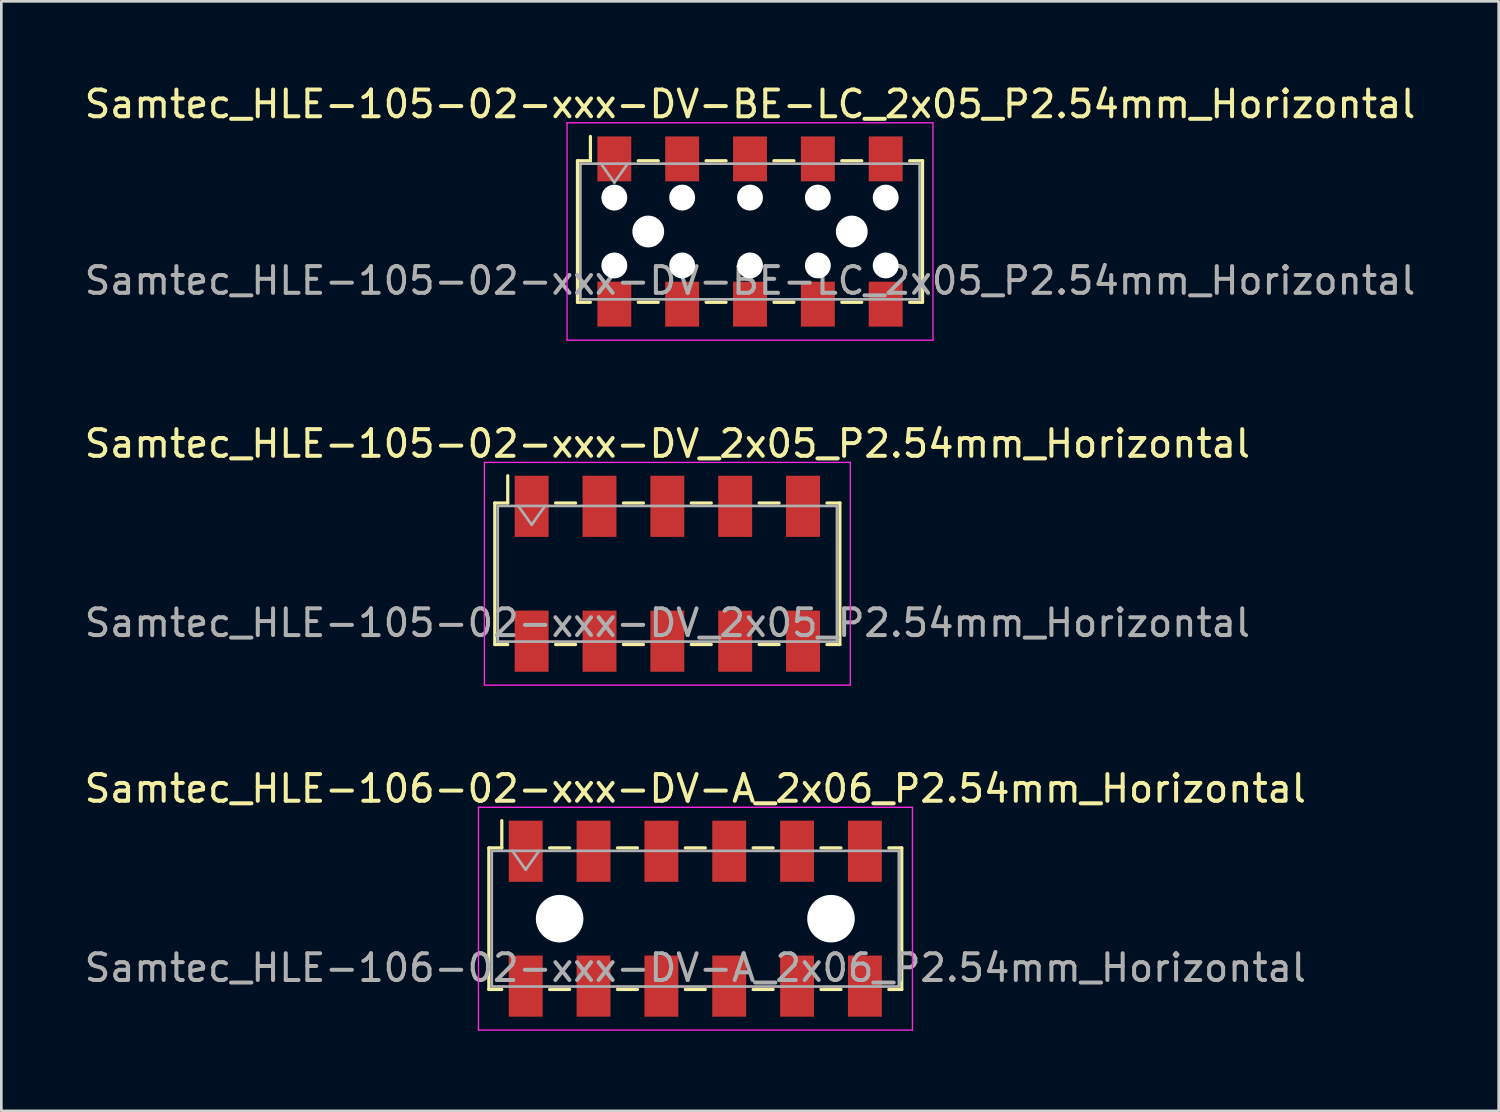
<source format=kicad_pcb>
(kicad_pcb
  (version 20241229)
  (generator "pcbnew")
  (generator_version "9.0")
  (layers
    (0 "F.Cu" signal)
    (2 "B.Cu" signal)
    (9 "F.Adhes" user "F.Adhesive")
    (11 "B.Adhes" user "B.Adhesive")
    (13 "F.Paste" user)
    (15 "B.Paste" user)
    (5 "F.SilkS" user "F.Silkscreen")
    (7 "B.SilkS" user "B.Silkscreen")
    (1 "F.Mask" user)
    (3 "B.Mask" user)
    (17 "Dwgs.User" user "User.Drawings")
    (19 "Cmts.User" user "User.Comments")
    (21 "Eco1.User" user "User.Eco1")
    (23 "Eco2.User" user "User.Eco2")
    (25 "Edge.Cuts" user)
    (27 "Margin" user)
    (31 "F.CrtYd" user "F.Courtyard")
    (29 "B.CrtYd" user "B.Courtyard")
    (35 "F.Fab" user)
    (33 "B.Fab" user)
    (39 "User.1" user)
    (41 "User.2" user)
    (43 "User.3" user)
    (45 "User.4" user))
  (footprint "Samtec_HLE-106-02-xxx-DV-A_2x06_P2.54mm_Horizontal"
    (layer "F.Cu")
    (at 22.982 31.345)
    (property "Reference" "Samtec_HLE-106-02-xxx-DV-A_2x06_P2.54mm_Horizontal" (at 0 -4.87 0) (layer "F.SilkS") (effects (font (size 1 1) (thickness 0.15))))
    (attr smd)
    (fp_line (start -7.73 -2.65) (end -7.73 2.65) (stroke (width 0.12) (type solid)) (layer "F.SilkS"))
    (fp_line (start -7.73 2.65) (end -7.245 2.65) (stroke (width 0.12) (type solid)) (layer "F.SilkS"))
    (fp_line (start -7.245 -3.67) (end -7.245 -2.65) (stroke (width 0.12) (type solid)) (layer "F.SilkS"))
    (fp_line (start -7.245 -2.65) (end -7.73 -2.65) (stroke (width 0.12) (type solid)) (layer "F.SilkS"))
    (fp_line (start -5.455 -2.65) (end -4.705 -2.65) (stroke (width 0.12) (type solid)) (layer "F.SilkS"))
    (fp_line (start -5.455 2.65) (end -4.705 2.65) (stroke (width 0.12) (type solid)) (layer "F.SilkS"))
    (fp_line (start -2.915 -2.65) (end -2.165 -2.65) (stroke (width 0.12) (type solid)) (layer "F.SilkS"))
    (fp_line (start -2.915 2.65) (end -2.165 2.65) (stroke (width 0.12) (type solid)) (layer "F.SilkS"))
    (fp_line (start -0.375 -2.65) (end 0.375 -2.65) (stroke (width 0.12) (type solid)) (layer "F.SilkS"))
    (fp_line (start -0.375 2.65) (end 0.375 2.65) (stroke (width 0.12) (type solid)) (layer "F.SilkS"))
    (fp_line (start 2.165 -2.65) (end 2.915 -2.65) (stroke (width 0.12) (type solid)) (layer "F.SilkS"))
    (fp_line (start 2.165 2.65) (end 2.915 2.65) (stroke (width 0.12) (type solid)) (layer "F.SilkS"))
    (fp_line (start 4.705 -2.65) (end 5.455 -2.65) (stroke (width 0.12) (type solid)) (layer "F.SilkS"))
    (fp_line (start 4.705 2.65) (end 5.455 2.65) (stroke (width 0.12) (type solid)) (layer "F.SilkS"))
    (fp_line (start 7.245 -2.65) (end 7.73 -2.65) (stroke (width 0.12) (type solid)) (layer "F.SilkS"))
    (fp_line (start 7.73 -2.65) (end 7.73 2.65) (stroke (width 0.12) (type solid)) (layer "F.SilkS"))
    (fp_line (start 7.73 2.65) (end 7.245 2.65) (stroke (width 0.12) (type solid)) (layer "F.SilkS"))
    (fp_line (start -8.12 -4.17) (end 8.13 -4.17) (stroke (width 0.05) (type solid)) (layer "F.CrtYd"))
    (fp_line (start -8.12 4.17) (end -8.12 -4.17) (stroke (width 0.05) (type solid)) (layer "F.CrtYd"))
    (fp_line (start 8.13 -4.17) (end 8.13 4.17) (stroke (width 0.05) (type solid)) (layer "F.CrtYd"))
    (fp_line (start 8.13 4.17) (end -8.12 4.17) (stroke (width 0.05) (type solid)) (layer "F.CrtYd"))
    (fp_line (start -7.62 -2.54) (end 7.62 -2.54) (stroke (width 0.1) (type solid)) (layer "F.Fab"))
    (fp_line (start -7.62 2.54) (end -7.62 -2.54) (stroke (width 0.1) (type solid)) (layer "F.Fab"))
    (fp_line (start -6.85 -2.54) (end -6.35 -1.833) (stroke (width 0.1) (type solid)) (layer "F.Fab"))
    (fp_line (start -6.35 -1.833) (end -5.85 -2.54) (stroke (width 0.1) (type solid)) (layer "F.Fab"))
    (fp_line (start 7.62 -2.54) (end 7.62 2.54) (stroke (width 0.1) (type solid)) (layer "F.Fab"))
    (fp_line (start 7.62 2.54) (end -7.62 2.54) (stroke (width 0.1) (type solid)) (layer "F.Fab"))
    (fp_text user "${REFERENCE}" (at 0 1.84 0) (layer "F.Fab") (effects (font (size 1 1) (thickness 0.15))))
    (pad "" np_thru_hole circle (at -5.08 0) (size 1.78 1.78) (drill 1.78) (layers "*.Cu" "*.Mask"))
    (pad "" np_thru_hole circle (at 5.08 0) (size 1.78 1.78) (drill 1.78) (layers "*.Cu" "*.Mask"))
    (pad "1" smd rect (at -6.35 -2.525) (size 1.27 2.29) (layers "F.Cu" "F.Mask" "F.Paste"))
    (pad "2" smd rect (at -6.35 2.525) (size 1.27 2.29) (layers "F.Cu" "F.Mask" "F.Paste"))
    (pad "3" smd rect (at -3.81 -2.525) (size 1.27 2.29) (layers "F.Cu" "F.Mask" "F.Paste"))
    (pad "4" smd rect (at -3.81 2.525) (size 1.27 2.29) (layers "F.Cu" "F.Mask" "F.Paste"))
    (pad "5" smd rect (at -1.27 -2.525) (size 1.27 2.29) (layers "F.Cu" "F.Mask" "F.Paste"))
    (pad "6" smd rect (at -1.27 2.525) (size 1.27 2.29) (layers "F.Cu" "F.Mask" "F.Paste"))
    (pad "7" smd rect (at 1.27 -2.525) (size 1.27 2.29) (layers "F.Cu" "F.Mask" "F.Paste"))
    (pad "8" smd rect (at 1.27 2.525) (size 1.27 2.29) (layers "F.Cu" "F.Mask" "F.Paste"))
    (pad "9" smd rect (at 3.81 -2.525) (size 1.27 2.29) (layers "F.Cu" "F.Mask" "F.Paste"))
    (pad "10" smd rect (at 3.81 2.525) (size 1.27 2.29) (layers "F.Cu" "F.Mask" "F.Paste"))
    (pad "11" smd rect (at 6.35 -2.525) (size 1.27 2.29) (layers "F.Cu" "F.Mask" "F.Paste"))
    (pad "12" smd rect (at 6.35 2.525) (size 1.27 2.29) (layers "F.Cu" "F.Mask" "F.Paste")))
  (footprint "Samtec_HLE-105-02-xxx-DV_2x05_P2.54mm_Horizontal"
    (layer "F.Cu")
    (at 21.935 18.431)
    (property "Reference" "Samtec_HLE-105-02-xxx-DV_2x05_P2.54mm_Horizontal" (at 0 -4.87 0) (layer "F.SilkS") (effects (font (size 1 1) (thickness 0.15))))
    (attr smd)
    (fp_line (start -6.46 -2.65) (end -6.46 2.65) (stroke (width 0.12) (type solid)) (layer "F.SilkS"))
    (fp_line (start -6.46 2.65) (end -5.975 2.65) (stroke (width 0.12) (type solid)) (layer "F.SilkS"))
    (fp_line (start -5.975 -3.67) (end -5.975 -2.65) (stroke (width 0.12) (type solid)) (layer "F.SilkS"))
    (fp_line (start -5.975 -2.65) (end -6.46 -2.65) (stroke (width 0.12) (type solid)) (layer "F.SilkS"))
    (fp_line (start -4.185 -2.65) (end -3.435 -2.65) (stroke (width 0.12) (type solid)) (layer "F.SilkS"))
    (fp_line (start -4.185 2.65) (end -3.435 2.65) (stroke (width 0.12) (type solid)) (layer "F.SilkS"))
    (fp_line (start -1.645 -2.65) (end -0.895 -2.65) (stroke (width 0.12) (type solid)) (layer "F.SilkS"))
    (fp_line (start -1.645 2.65) (end -0.895 2.65) (stroke (width 0.12) (type solid)) (layer "F.SilkS"))
    (fp_line (start 0.895 -2.65) (end 1.645 -2.65) (stroke (width 0.12) (type solid)) (layer "F.SilkS"))
    (fp_line (start 0.895 2.65) (end 1.645 2.65) (stroke (width 0.12) (type solid)) (layer "F.SilkS"))
    (fp_line (start 3.435 -2.65) (end 4.185 -2.65) (stroke (width 0.12) (type solid)) (layer "F.SilkS"))
    (fp_line (start 3.435 2.65) (end 4.185 2.65) (stroke (width 0.12) (type solid)) (layer "F.SilkS"))
    (fp_line (start 5.975 -2.65) (end 6.46 -2.65) (stroke (width 0.12) (type solid)) (layer "F.SilkS"))
    (fp_line (start 6.46 -2.65) (end 6.46 2.65) (stroke (width 0.12) (type solid)) (layer "F.SilkS"))
    (fp_line (start 6.46 2.65) (end 5.975 2.65) (stroke (width 0.12) (type solid)) (layer "F.SilkS"))
    (fp_line (start -6.85 -4.17) (end 6.85 -4.17) (stroke (width 0.05) (type solid)) (layer "F.CrtYd"))
    (fp_line (start -6.85 4.17) (end -6.85 -4.17) (stroke (width 0.05) (type solid)) (layer "F.CrtYd"))
    (fp_line (start 6.85 -4.17) (end 6.85 4.17) (stroke (width 0.05) (type solid)) (layer "F.CrtYd"))
    (fp_line (start 6.85 4.17) (end -6.85 4.17) (stroke (width 0.05) (type solid)) (layer "F.CrtYd"))
    (fp_line (start -6.35 -2.54) (end 6.35 -2.54) (stroke (width 0.1) (type solid)) (layer "F.Fab"))
    (fp_line (start -6.35 2.54) (end -6.35 -2.54) (stroke (width 0.1) (type solid)) (layer "F.Fab"))
    (fp_line (start -5.58 -2.54) (end -5.08 -1.833) (stroke (width 0.1) (type solid)) (layer "F.Fab"))
    (fp_line (start -5.08 -1.833) (end -4.58 -2.54) (stroke (width 0.1) (type solid)) (layer "F.Fab"))
    (fp_line (start 6.35 -2.54) (end 6.35 2.54) (stroke (width 0.1) (type solid)) (layer "F.Fab"))
    (fp_line (start 6.35 2.54) (end -6.35 2.54) (stroke (width 0.1) (type solid)) (layer "F.Fab"))
    (fp_text user "${REFERENCE}" (at 0 1.84 0) (layer "F.Fab") (effects (font (size 1 1) (thickness 0.15))))
    (pad "1" smd rect (at -5.08 -2.525) (size 1.27 2.29) (layers "F.Cu" "F.Mask" "F.Paste"))
    (pad "2" smd rect (at -5.08 2.525) (size 1.27 2.29) (layers "F.Cu" "F.Mask" "F.Paste"))
    (pad "3" smd rect (at -2.54 -2.525) (size 1.27 2.29) (layers "F.Cu" "F.Mask" "F.Paste"))
    (pad "4" smd rect (at -2.54 2.525) (size 1.27 2.29) (layers "F.Cu" "F.Mask" "F.Paste"))
    (pad "5" smd rect (at 0 -2.525) (size 1.27 2.29) (layers "F.Cu" "F.Mask" "F.Paste"))
    (pad "6" smd rect (at 0 2.525) (size 1.27 2.29) (layers "F.Cu" "F.Mask" "F.Paste"))
    (pad "7" smd rect (at 2.54 -2.525) (size 1.27 2.29) (layers "F.Cu" "F.Mask" "F.Paste"))
    (pad "8" smd rect (at 2.54 2.525) (size 1.27 2.29) (layers "F.Cu" "F.Mask" "F.Paste"))
    (pad "9" smd rect (at 5.08 -2.525) (size 1.27 2.29) (layers "F.Cu" "F.Mask" "F.Paste"))
    (pad "10" smd rect (at 5.08 2.525) (size 1.27 2.29) (layers "F.Cu" "F.Mask" "F.Paste")))
  (footprint "Samtec_HLE-105-02-xxx-DV-BE-LC_2x05_P2.54mm_Horizontal"
    (layer "F.Cu")
    (at 25.03 5.618)
    (property "Reference" "Samtec_HLE-105-02-xxx-DV-BE-LC_2x05_P2.54mm_Horizontal" (at 0 -4.77 0) (layer "F.SilkS") (effects (font (size 1 1) (thickness 0.15))))
    (attr smd)
    (fp_line (start -6.46 -2.65) (end -6.46 2.65) (stroke (width 0.12) (type solid)) (layer "F.SilkS"))
    (fp_line (start -6.46 2.65) (end -5.975 2.65) (stroke (width 0.12) (type solid)) (layer "F.SilkS"))
    (fp_line (start -5.975 -3.56) (end -5.975 -2.65) (stroke (width 0.12) (type solid)) (layer "F.SilkS"))
    (fp_line (start -5.975 -2.65) (end -6.46 -2.65) (stroke (width 0.12) (type solid)) (layer "F.SilkS"))
    (fp_line (start -4.185 -2.65) (end -3.435 -2.65) (stroke (width 0.12) (type solid)) (layer "F.SilkS"))
    (fp_line (start -4.185 2.65) (end -3.435 2.65) (stroke (width 0.12) (type solid)) (layer "F.SilkS"))
    (fp_line (start -1.645 -2.65) (end -0.895 -2.65) (stroke (width 0.12) (type solid)) (layer "F.SilkS"))
    (fp_line (start -1.645 2.65) (end -0.895 2.65) (stroke (width 0.12) (type solid)) (layer "F.SilkS"))
    (fp_line (start 0.895 -2.65) (end 1.645 -2.65) (stroke (width 0.12) (type solid)) (layer "F.SilkS"))
    (fp_line (start 0.895 2.65) (end 1.645 2.65) (stroke (width 0.12) (type solid)) (layer "F.SilkS"))
    (fp_line (start 3.435 -2.65) (end 4.185 -2.65) (stroke (width 0.12) (type solid)) (layer "F.SilkS"))
    (fp_line (start 3.435 2.65) (end 4.185 2.65) (stroke (width 0.12) (type solid)) (layer "F.SilkS"))
    (fp_line (start 5.975 -2.65) (end 6.46 -2.65) (stroke (width 0.12) (type solid)) (layer "F.SilkS"))
    (fp_line (start 6.46 -2.65) (end 6.46 2.65) (stroke (width 0.12) (type solid)) (layer "F.SilkS"))
    (fp_line (start 6.46 2.65) (end 5.975 2.65) (stroke (width 0.12) (type solid)) (layer "F.SilkS"))
    (fp_line (start -6.85 -4.07) (end 6.85 -4.07) (stroke (width 0.05) (type solid)) (layer "F.CrtYd"))
    (fp_line (start -6.85 4.07) (end -6.85 -4.07) (stroke (width 0.05) (type solid)) (layer "F.CrtYd"))
    (fp_line (start 6.85 -4.07) (end 6.85 4.07) (stroke (width 0.05) (type solid)) (layer "F.CrtYd"))
    (fp_line (start 6.85 4.07) (end -6.85 4.07) (stroke (width 0.05) (type solid)) (layer "F.CrtYd"))
    (fp_line (start -6.35 -2.54) (end 6.35 -2.54) (stroke (width 0.1) (type solid)) (layer "F.Fab"))
    (fp_line (start -6.35 2.54) (end -6.35 -2.54) (stroke (width 0.1) (type solid)) (layer "F.Fab"))
    (fp_line (start -5.58 -2.54) (end -5.08 -1.833) (stroke (width 0.1) (type solid)) (layer "F.Fab"))
    (fp_line (start -5.08 -1.833) (end -4.58 -2.54) (stroke (width 0.1) (type solid)) (layer "F.Fab"))
    (fp_line (start 6.35 -2.54) (end 6.35 2.54) (stroke (width 0.1) (type solid)) (layer "F.Fab"))
    (fp_line (start 6.35 2.54) (end -6.35 2.54) (stroke (width 0.1) (type solid)) (layer "F.Fab"))
    (fp_text user "${REFERENCE}" (at 0 1.84 0) (layer "F.Fab") (effects (font (size 1 1) (thickness 0.15))))
    (pad "" np_thru_hole circle (at -5.08 -1.27) (size 0.97 0.97) (drill 0.97) (layers "*.Cu" "*.Mask"))
    (pad "" np_thru_hole circle (at -5.08 1.27) (size 0.97 0.97) (drill 0.97) (layers "*.Cu" "*.Mask"))
    (pad "" np_thru_hole circle (at -3.81 0) (size 1.19 1.19) (drill 1.19) (layers "*.Cu" "*.Mask"))
    (pad "" np_thru_hole circle (at -2.54 -1.27) (size 0.97 0.97) (drill 0.97) (layers "*.Cu" "*.Mask"))
    (pad "" np_thru_hole circle (at -2.54 1.27) (size 0.97 0.97) (drill 0.97) (layers "*.Cu" "*.Mask"))
    (pad "" np_thru_hole circle (at 0 -1.27) (size 0.97 0.97) (drill 0.97) (layers "*.Cu" "*.Mask"))
    (pad "" np_thru_hole circle (at 0 1.27) (size 0.97 0.97) (drill 0.97) (layers "*.Cu" "*.Mask"))
    (pad "" np_thru_hole circle (at 2.54 -1.27) (size 0.97 0.97) (drill 0.97) (layers "*.Cu" "*.Mask"))
    (pad "" np_thru_hole circle (at 2.54 1.27) (size 0.97 0.97) (drill 0.97) (layers "*.Cu" "*.Mask"))
    (pad "" np_thru_hole circle (at 3.81 0) (size 1.19 1.19) (drill 1.19) (layers "*.Cu" "*.Mask"))
    (pad "" np_thru_hole circle (at 5.08 -1.27) (size 0.97 0.97) (drill 0.97) (layers "*.Cu" "*.Mask"))
    (pad "" np_thru_hole circle (at 5.08 1.27) (size 0.97 0.97) (drill 0.97) (layers "*.Cu" "*.Mask"))
    (pad "1" smd rect (at -5.08 -2.72) (size 1.27 1.68) (layers "F.Cu" "F.Mask" "F.Paste"))
    (pad "2" smd rect (at -5.08 2.72) (size 1.27 1.68) (layers "F.Cu" "F.Mask" "F.Paste"))
    (pad "3" smd rect (at -2.54 -2.72) (size 1.27 1.68) (layers "F.Cu" "F.Mask" "F.Paste"))
    (pad "4" smd rect (at -2.54 2.72) (size 1.27 1.68) (layers "F.Cu" "F.Mask" "F.Paste"))
    (pad "5" smd rect (at 0 -2.72) (size 1.27 1.68) (layers "F.Cu" "F.Mask" "F.Paste"))
    (pad "6" smd rect (at 0 2.72) (size 1.27 1.68) (layers "F.Cu" "F.Mask" "F.Paste"))
    (pad "7" smd rect (at 2.54 -2.72) (size 1.27 1.68) (layers "F.Cu" "F.Mask" "F.Paste"))
    (pad "8" smd rect (at 2.54 2.72) (size 1.27 1.68) (layers "F.Cu" "F.Mask" "F.Paste"))
    (pad "9" smd rect (at 5.08 -2.72) (size 1.27 1.68) (layers "F.Cu" "F.Mask" "F.Paste"))
    (pad "10" smd rect (at 5.08 2.72) (size 1.27 1.68) (layers "F.Cu" "F.Mask" "F.Paste")))
  (gr_rect
    (start -3 -3)
    (end 53.06 38.54)
    (stroke (width 0.1) (type default))
    (fill no)
    (layer "Edge.Cuts")))
</source>
